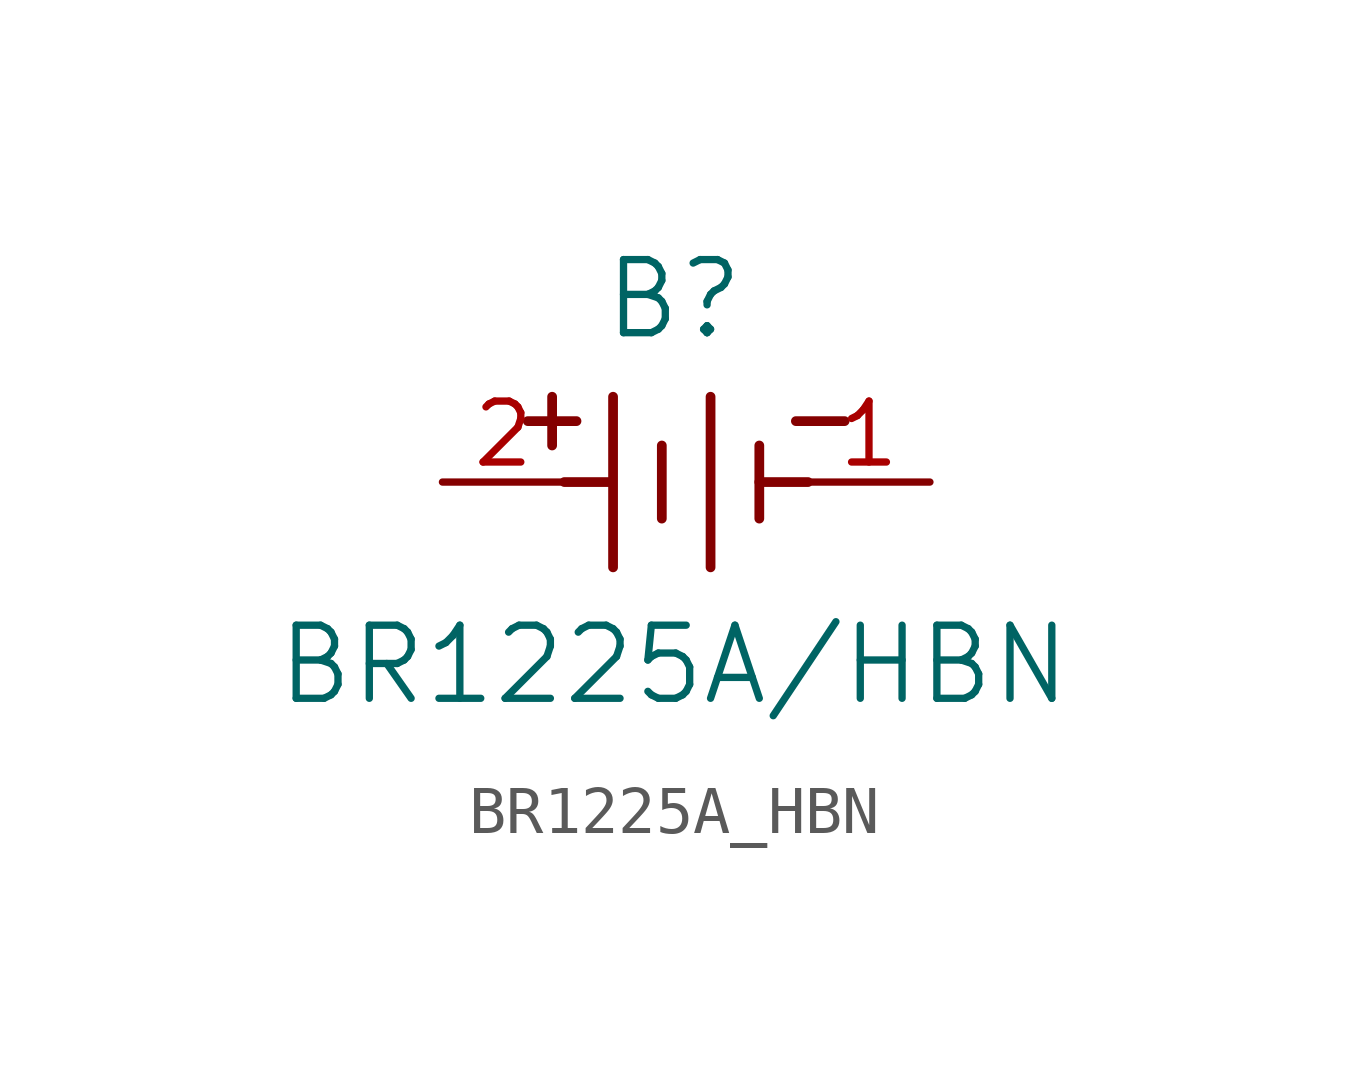
<source format=kicad_sym>
(kicad_symbol_lib
  (version 20211014)
  (generator kicad_symbol_editor)
  (symbol "BR1225A_HBN"
    (pin_names
      (offset 0.254))
    (property "Reference" "B"
      (at 4.826 3.81 0)
      (effects (font (size 1.524 1.524))))
    (property "Value" "BR1225A/HBN"
      (at 4.826 -3.81 0)
      (effects (font (size 1.524 1.524))))
    (symbol "BR1225A_HBN_0_1"
      (polyline (pts (xy 2.286 0.762) (xy 2.286 1.778)) (stroke (width 0.203) (type default) (color 0 0 0 0)) (fill (type none)))
      (polyline (pts (xy 6.604 0) (xy 7.62 0)) (stroke (width 0.203) (type default) (color 0 0 0 0)) (fill (type none)))
      (polyline (pts (xy 3.556 -1.778) (xy 3.556 1.778)) (stroke (width 0.203) (type default) (color 0 0 0 0)) (fill (type none)))
      (polyline (pts (xy 1.778 1.27) (xy 2.794 1.27)) (stroke (width 0.203) (type default) (color 0 0 0 0)) (fill (type none)))
      (polyline (pts (xy 2.54 0) (xy 3.48 0)) (stroke (width 0.203) (type default) (color 0 0 0 0)) (fill (type none)))
      (polyline (pts (xy 5.588 -1.778) (xy 5.588 1.778)) (stroke (width 0.203) (type default) (color 0 0 0 0)) (fill (type none)))
      (polyline (pts (xy 6.604 0.762) (xy 6.604 -0.762)) (stroke (width 0.203) (type default) (color 0 0 0 0)) (fill (type none)))
      (polyline (pts (xy 4.572 0.762) (xy 4.572 -0.762)) (stroke (width 0.203) (type default) (color 0 0 0 0)) (fill (type none)))
      (polyline (pts (xy 7.366 1.27) (xy 8.382 1.27)) (stroke (width 0.203) (type default) (color 0 0 0 0)) (fill (type none)))
      (pin unspecified line (at 10.16 0 180) (length 2.54) (name "" (effects (font (size 1.27 1.27)))) (number "1" (effects (font (size 1.27 1.27)))))
      (pin unspecified line (at 0 0 0) (length 2.54) (name "" (effects (font (size 1.27 1.27)))) (number "2" (effects (font (size 1.27 1.27))))))))
</source>
